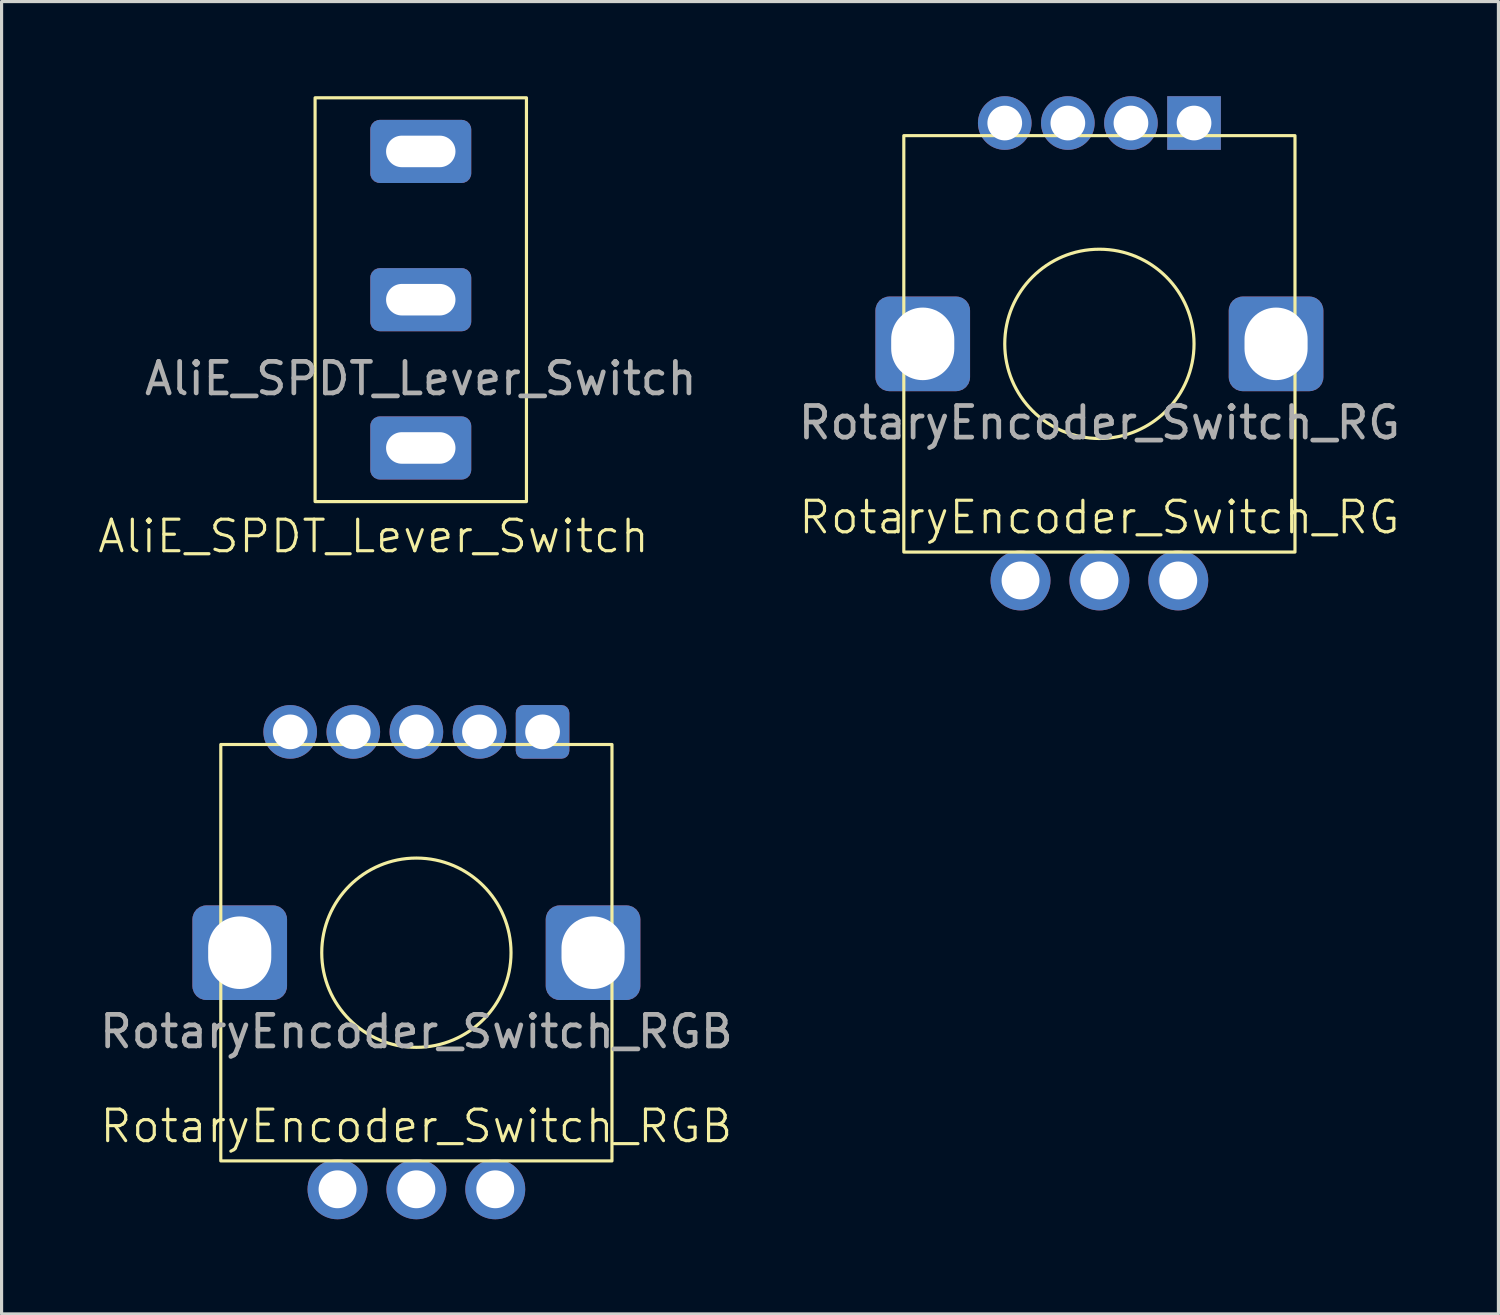
<source format=kicad_pcb>
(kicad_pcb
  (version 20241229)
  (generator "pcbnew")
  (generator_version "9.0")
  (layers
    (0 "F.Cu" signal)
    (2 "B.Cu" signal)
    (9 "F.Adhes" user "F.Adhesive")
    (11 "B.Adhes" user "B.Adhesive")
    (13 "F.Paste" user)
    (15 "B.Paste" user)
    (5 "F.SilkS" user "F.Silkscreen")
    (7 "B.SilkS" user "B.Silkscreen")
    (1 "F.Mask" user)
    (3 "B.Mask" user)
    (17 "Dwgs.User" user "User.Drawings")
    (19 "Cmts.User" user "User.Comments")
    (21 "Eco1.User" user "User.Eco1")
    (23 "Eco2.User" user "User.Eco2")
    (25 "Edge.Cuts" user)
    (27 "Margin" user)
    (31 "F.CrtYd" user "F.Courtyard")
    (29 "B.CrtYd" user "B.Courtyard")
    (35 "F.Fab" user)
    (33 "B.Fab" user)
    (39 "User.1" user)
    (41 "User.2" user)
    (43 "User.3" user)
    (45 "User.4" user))
  (footprint "RotaryEncoder_Switch_RG"
    (layer "F.Cu")
    (at 31.8 7.85)
    (property "Reference" "RotaryEncoder_Switch_RG" (at 0 5.5 0) (unlocked yes) (layer "F.SilkS") (effects (font (size 1 1) (thickness 0.1))))
    (attr through_hole)
    (fp_rect (start -6.2 -6.6) (end 6.2 6.6) (stroke (width 0.1) (type solid)) (fill no) (layer "F.SilkS"))
    (fp_circle (center 0 0) (end 3 0) (stroke (width 0.1) (type solid)) (fill no) (layer "F.SilkS"))
    (fp_text user "${REFERENCE}" (at 0 2.5 0) (unlocked yes) (layer "F.Fab") (effects (font (size 1 1) (thickness 0.15))))
    (pad "" thru_hole roundrect (at -5.6 0) (size 3 3) (drill oval 2 2.3) (layers "*.Cu" "*.Mask") (roundrect_rratio 0.147))
    (pad "" thru_hole roundrect (at 5.6 0) (size 3 3) (drill oval 2 2.3) (layers "*.Cu" "*.Mask") (roundrect_rratio 0.147))
    (pad "1" thru_hole rect (at 3 -7) (size 1.7 1.7) (drill 1.1) (layers "*.Cu" "*.Mask"))
    (pad "2" thru_hole circle (at 1 -7) (size 1.7 1.7) (drill 1.1) (layers "*.Cu" "*.Mask"))
    (pad "3" thru_hole circle (at -1 -7) (size 1.7 1.7) (drill 1.1) (layers "*.Cu" "*.Mask"))
    (pad "4" thru_hole circle (at -3 -7) (size 1.7 1.7) (drill 1.1) (layers "*.Cu" "*.Mask"))
    (pad "A" thru_hole circle (at -2.5 7.5) (size 1.9 1.9) (drill 1.2) (layers "*.Cu" "*.Mask"))
    (pad "B" thru_hole circle (at 2.5 7.5) (size 1.9 1.9) (drill 1.2) (layers "*.Cu" "*.Mask"))
    (pad "C" thru_hole circle (at 0 7.5) (size 1.9 1.9) (drill 1.2) (layers "*.Cu" "*.Mask")))
  (footprint "RotaryEncoder_Switch_RGB"
    (layer "F.Cu")
    (at 10.149 27.15)
    (property "Reference" "RotaryEncoder_Switch_RGB" (at 0 5.5 0) (unlocked yes) (layer "F.SilkS") (effects (font (size 1 1) (thickness 0.1))))
    (attr through_hole)
    (fp_rect (start -6.2 -6.6) (end 6.2 6.6) (stroke (width 0.1) (type solid)) (fill no) (layer "F.SilkS"))
    (fp_circle (center 0 0) (end 3 0) (stroke (width 0.1) (type solid)) (fill no) (layer "F.SilkS"))
    (fp_text user "${REFERENCE}" (at 0 2.5 0) (unlocked yes) (layer "F.Fab") (effects (font (size 1 1) (thickness 0.15))))
    (pad "" thru_hole roundrect (at -5.6 0) (size 3 3) (drill oval 2 2.3) (layers "*.Cu" "*.Mask") (roundrect_rratio 0.147))
    (pad "" thru_hole roundrect (at 5.6 0) (size 3 3) (drill oval 2 2.3) (layers "*.Cu" "*.Mask") (roundrect_rratio 0.147))
    (pad "1" thru_hole circle (at -4 -7) (size 1.7 1.7) (drill 1.1) (layers "*.Cu" "*.Mask"))
    (pad "2" thru_hole circle (at -2 -7) (size 1.7 1.7) (drill 1.1) (layers "*.Cu" "*.Mask"))
    (pad "3" thru_hole circle (at 0 -7) (size 1.7 1.7) (drill 1.1) (layers "*.Cu" "*.Mask"))
    (pad "4" thru_hole circle (at 2 -7) (size 1.7 1.7) (drill 1.1) (layers "*.Cu" "*.Mask"))
    (pad "5" thru_hole roundrect (at 4 -7) (size 1.7 1.7) (drill 1.1) (layers "*.Cu" "*.Mask") (roundrect_rratio 0.147))
    (pad "A" thru_hole circle (at -2.5 7.5) (size 1.9 1.9) (drill 1.2) (layers "*.Cu" "*.Mask"))
    (pad "B" thru_hole circle (at 2.5 7.5) (size 1.9 1.9) (drill 1.2) (layers "*.Cu" "*.Mask"))
    (pad "C" thru_hole circle (at 0 7.5) (size 1.9 1.9) (drill 1.2) (layers "*.Cu" "*.Mask")))
  (footprint "AliE_SPDT_Lever_Switch"
    (layer "F.Cu")
    (at 10.288 6.45)
    (property "Reference" "AliE_SPDT_Lever_Switch" (at -1.5 7.5 0) (unlocked yes) (layer "F.SilkS") (effects (font (size 1 1) (thickness 0.1))))
    (attr through_hole)
    (fp_rect (start -3.35 -6.4) (end 3.35 6.4) (stroke (width 0.1) (type solid)) (fill no) (layer "F.SilkS"))
    (fp_text user "${REFERENCE}" (at 0 2.5 0) (unlocked yes) (layer "F.Fab") (effects (font (size 1 1) (thickness 0.15))))
    (pad "1" thru_hole roundrect (at 0 -4.7) (size 3.2 2) (drill oval 2.2 1) (layers "*.Cu" "*.Mask") (roundrect_rratio 0.15))
    (pad "2" thru_hole roundrect (at 0 0) (size 3.2 2) (drill oval 2.2 1) (layers "*.Cu" "*.Mask") (roundrect_rratio 0.15))
    (pad "3" thru_hole roundrect (at 0 4.7) (size 3.2 2) (drill oval 2.2 1) (layers "*.Cu" "*.Mask") (roundrect_rratio 0.15)))
  (gr_rect
    (start -3 -3)
    (end 44.449 38.6)
    (stroke (width 0.1) (type default))
    (fill no)
    (layer "Edge.Cuts")))
</source>
